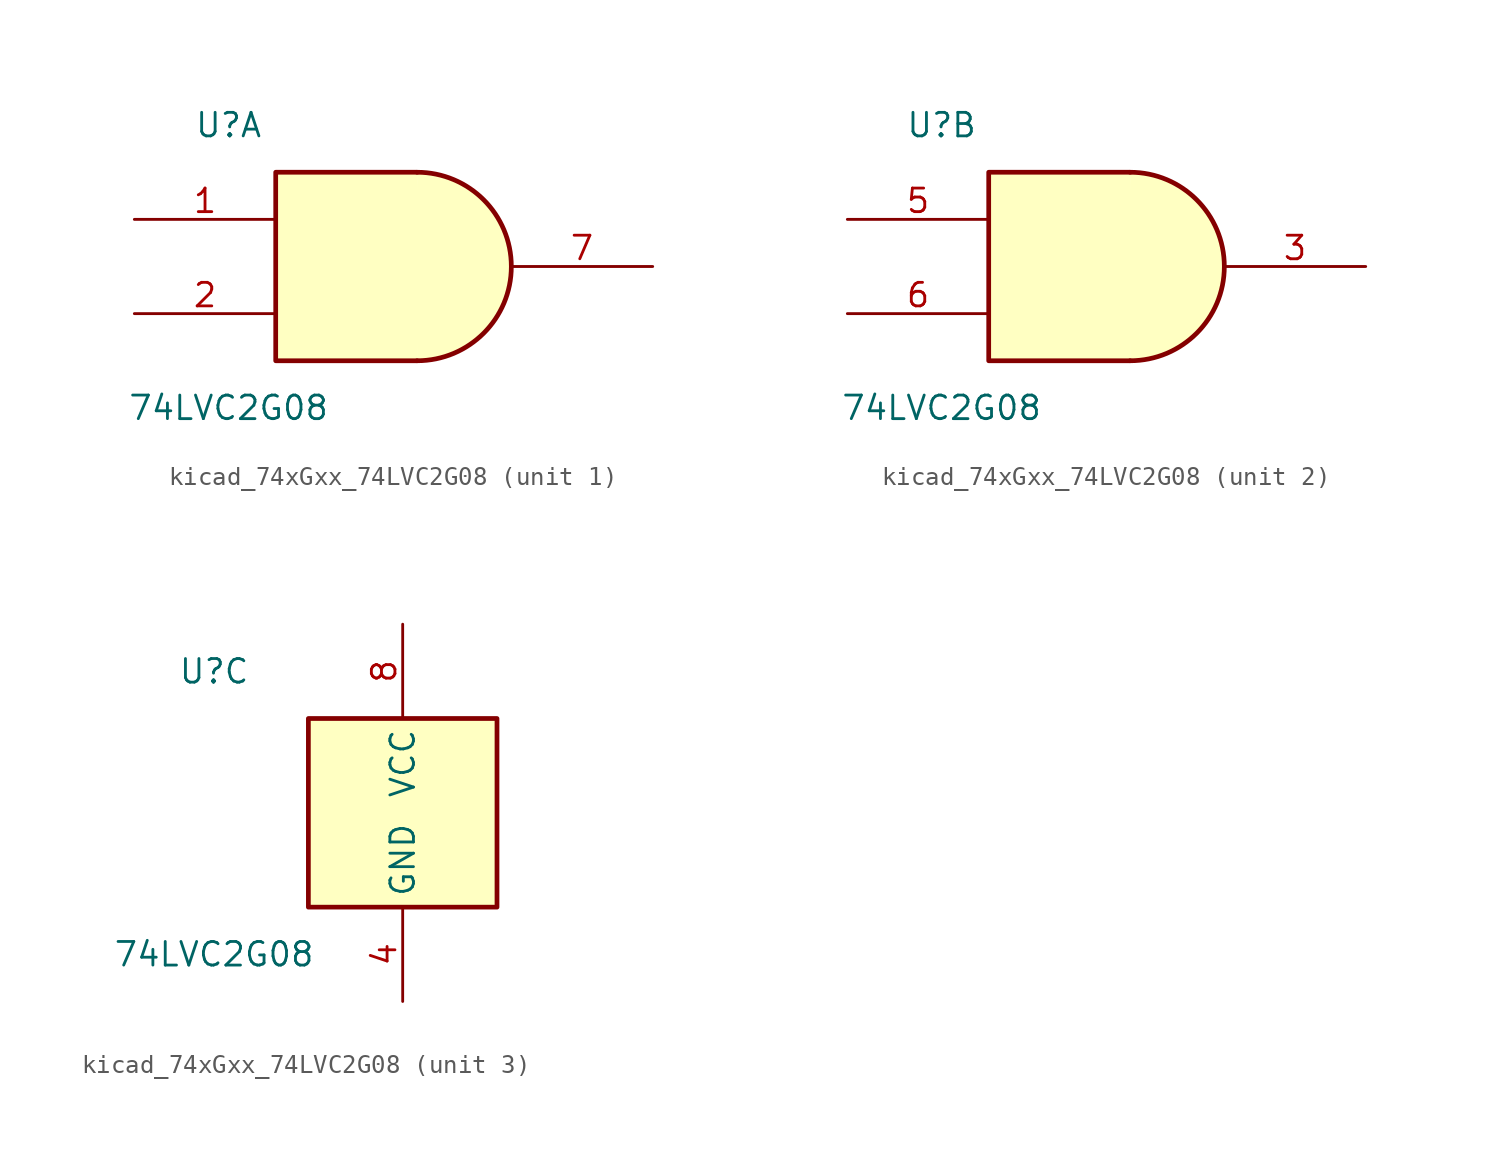
<source format=kicad_sym>
(kicad_symbol_lib
  (version 20220914)
  (generator kicad_symbol_editor)
  (symbol "kicad_74xGxx_74LVC2G08"
    (property "Reference" "U"
      (at -10.16 7.62 0)
      (effects (font (size 1.27 1.27))))
    (property "Value" "74LVC2G08"
      (at -10.16 -7.62 0)
      (effects (font (size 1.27 1.27))))
    (symbol "kicad_74xGxx_74LVC2G08_1_1"
      (arc (start 0 -5.08) (mid 5.0579 0) (end 0 5.08) (stroke (width 0.254) (type default)) (fill (type background)))
      (polyline (pts (xy 0 -5.08) (xy -7.62 -5.08) (xy -7.62 5.08) (xy 0 5.08)) (stroke (width 0.254) (type default)) (fill (type background)))
      (pin input line (at -15.24 2.54 0) (length 7.62) (name "~" (effects (font (size 1.27 1.27)))) (number "1" (effects (font (size 1.27 1.27)))))
      (pin input line (at -15.24 -2.54 0) (length 7.62) (name "~" (effects (font (size 1.27 1.27)))) (number "2" (effects (font (size 1.27 1.27)))))
      (pin output line (at 12.7 0 180) (length 7.62) (name "~" (effects (font (size 1.27 1.27)))) (number "7" (effects (font (size 1.27 1.27))))))
    (symbol "kicad_74xGxx_74LVC2G08_2_1"
      (arc (start 0 -5.08) (mid 5.0579 0) (end 0 5.08) (stroke (width 0.254) (type default)) (fill (type background)))
      (polyline (pts (xy 0 -5.08) (xy -7.62 -5.08) (xy -7.62 5.08) (xy 0 5.08)) (stroke (width 0.254) (type default)) (fill (type background)))
      (pin output line (at 12.7 0 180) (length 7.62) (name "~" (effects (font (size 1.27 1.27)))) (number "3" (effects (font (size 1.27 1.27)))))
      (pin input line (at -15.24 2.54 0) (length 7.62) (name "~" (effects (font (size 1.27 1.27)))) (number "5" (effects (font (size 1.27 1.27)))))
      (pin input line (at -15.24 -2.54 0) (length 7.62) (name "~" (effects (font (size 1.27 1.27)))) (number "6" (effects (font (size 1.27 1.27))))))
    (symbol "kicad_74xGxx_74LVC2G08_3_0"
      (rectangle (start -5.08 -5.08) (end 5.08 5.08) (stroke (width 0.254) (type default)) (fill (type background))))
    (symbol "kicad_74xGxx_74LVC2G08_3_1"
      (pin power_in line (at 0 -10.16 90) (length 5.08) (name "GND" (effects (font (size 1.27 1.27)))) (number "4" (effects (font (size 1.27 1.27)))))
      (pin power_in line (at 0 10.16 270) (length 5.08) (name "VCC" (effects (font (size 1.27 1.27)))) (number "8" (effects (font (size 1.27 1.27))))))))
</source>
